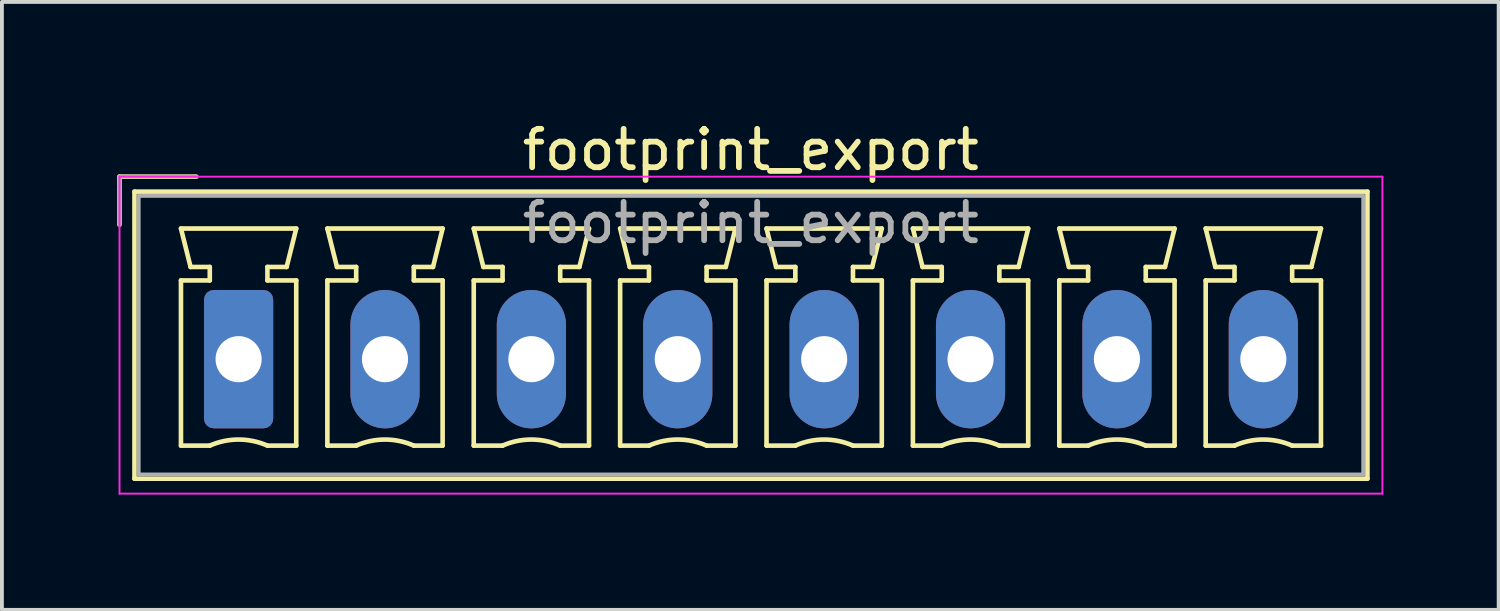
<source format=kicad_pcb>
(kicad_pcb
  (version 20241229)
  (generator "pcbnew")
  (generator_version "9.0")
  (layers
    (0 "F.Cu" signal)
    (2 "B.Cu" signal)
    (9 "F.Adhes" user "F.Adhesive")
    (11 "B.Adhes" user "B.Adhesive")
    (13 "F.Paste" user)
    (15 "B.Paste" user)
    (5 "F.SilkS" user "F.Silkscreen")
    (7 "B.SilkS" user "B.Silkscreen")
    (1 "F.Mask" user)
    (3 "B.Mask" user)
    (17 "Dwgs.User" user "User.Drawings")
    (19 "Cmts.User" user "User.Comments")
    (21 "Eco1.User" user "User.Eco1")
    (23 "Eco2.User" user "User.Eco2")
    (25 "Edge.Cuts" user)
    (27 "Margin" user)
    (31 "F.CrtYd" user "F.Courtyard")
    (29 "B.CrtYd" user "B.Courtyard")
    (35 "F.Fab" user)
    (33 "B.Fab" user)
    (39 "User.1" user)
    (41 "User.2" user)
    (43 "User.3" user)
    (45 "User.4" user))
  (footprint "footprint_export"
    (layer "F.Cu")
    (at 3.16 6.298)
    (property "Reference" "footprint_export" (at 13.33 -5.45 0) (layer "F.SilkS") (effects (font (size 1 1) (thickness 0.15))))
    (attr through_hole)
    (fp_line (start -3.1 -4.75) (end -1.1 -4.75) (stroke (width 0.12) (type solid)) (layer "F.SilkS"))
    (fp_line (start -3.1 -3.5) (end -3.1 -4.75) (stroke (width 0.12) (type solid)) (layer "F.SilkS"))
    (fp_line (start -2.71 -4.36) (end -2.71 3.11) (stroke (width 0.12) (type solid)) (layer "F.SilkS"))
    (fp_line (start -2.71 3.11) (end 29.38 3.11) (stroke (width 0.12) (type solid)) (layer "F.SilkS"))
    (fp_line (start -1.5 -3.4) (end 1.5 -3.4) (stroke (width 0.12) (type solid)) (layer "F.SilkS"))
    (fp_line (start -1.5 -2.05) (end -0.75 -2.05) (stroke (width 0.12) (type solid)) (layer "F.SilkS"))
    (fp_line (start -1.5 2.25) (end -1.5 -2.05) (stroke (width 0.12) (type solid)) (layer "F.SilkS"))
    (fp_line (start -1.25 -2.4) (end -1.5 -3.4) (stroke (width 0.12) (type solid)) (layer "F.SilkS"))
    (fp_line (start -0.75 -2.4) (end -1.25 -2.4) (stroke (width 0.12) (type solid)) (layer "F.SilkS"))
    (fp_line (start -0.75 -2.05) (end -0.75 -2.4) (stroke (width 0.12) (type solid)) (layer "F.SilkS"))
    (fp_line (start -0.75 2.25) (end -1.5 2.25) (stroke (width 0.12) (type solid)) (layer "F.SilkS"))
    (fp_line (start 0.75 -2.4) (end 0.75 -2.05) (stroke (width 0.12) (type solid)) (layer "F.SilkS"))
    (fp_line (start 0.75 -2.05) (end 1.5 -2.05) (stroke (width 0.12) (type solid)) (layer "F.SilkS"))
    (fp_line (start 1.25 -2.4) (end 0.75 -2.4) (stroke (width 0.12) (type solid)) (layer "F.SilkS"))
    (fp_line (start 1.5 -3.4) (end 1.25 -2.4) (stroke (width 0.12) (type solid)) (layer "F.SilkS"))
    (fp_line (start 1.5 -2.05) (end 1.5 2.25) (stroke (width 0.12) (type solid)) (layer "F.SilkS"))
    (fp_line (start 1.5 2.25) (end 0.75 2.25) (stroke (width 0.12) (type solid)) (layer "F.SilkS"))
    (fp_line (start 2.31 -3.4) (end 5.31 -3.4) (stroke (width 0.12) (type solid)) (layer "F.SilkS"))
    (fp_line (start 2.31 -2.05) (end 3.06 -2.05) (stroke (width 0.12) (type solid)) (layer "F.SilkS"))
    (fp_line (start 2.31 2.25) (end 2.31 -2.05) (stroke (width 0.12) (type solid)) (layer "F.SilkS"))
    (fp_line (start 2.56 -2.4) (end 2.31 -3.4) (stroke (width 0.12) (type solid)) (layer "F.SilkS"))
    (fp_line (start 3.06 -2.4) (end 2.56 -2.4) (stroke (width 0.12) (type solid)) (layer "F.SilkS"))
    (fp_line (start 3.06 -2.05) (end 3.06 -2.4) (stroke (width 0.12) (type solid)) (layer "F.SilkS"))
    (fp_line (start 3.06 2.25) (end 2.31 2.25) (stroke (width 0.12) (type solid)) (layer "F.SilkS"))
    (fp_line (start 4.56 -2.4) (end 4.56 -2.05) (stroke (width 0.12) (type solid)) (layer "F.SilkS"))
    (fp_line (start 4.56 -2.05) (end 5.31 -2.05) (stroke (width 0.12) (type solid)) (layer "F.SilkS"))
    (fp_line (start 5.06 -2.4) (end 4.56 -2.4) (stroke (width 0.12) (type solid)) (layer "F.SilkS"))
    (fp_line (start 5.31 -3.4) (end 5.06 -2.4) (stroke (width 0.12) (type solid)) (layer "F.SilkS"))
    (fp_line (start 5.31 -2.05) (end 5.31 2.25) (stroke (width 0.12) (type solid)) (layer "F.SilkS"))
    (fp_line (start 5.31 2.25) (end 4.56 2.25) (stroke (width 0.12) (type solid)) (layer "F.SilkS"))
    (fp_line (start 6.12 -3.4) (end 9.12 -3.4) (stroke (width 0.12) (type solid)) (layer "F.SilkS"))
    (fp_line (start 6.12 -2.05) (end 6.87 -2.05) (stroke (width 0.12) (type solid)) (layer "F.SilkS"))
    (fp_line (start 6.12 2.25) (end 6.12 -2.05) (stroke (width 0.12) (type solid)) (layer "F.SilkS"))
    (fp_line (start 6.37 -2.4) (end 6.12 -3.4) (stroke (width 0.12) (type solid)) (layer "F.SilkS"))
    (fp_line (start 6.87 -2.4) (end 6.37 -2.4) (stroke (width 0.12) (type solid)) (layer "F.SilkS"))
    (fp_line (start 6.87 -2.05) (end 6.87 -2.4) (stroke (width 0.12) (type solid)) (layer "F.SilkS"))
    (fp_line (start 6.87 2.25) (end 6.12 2.25) (stroke (width 0.12) (type solid)) (layer "F.SilkS"))
    (fp_line (start 8.37 -2.4) (end 8.37 -2.05) (stroke (width 0.12) (type solid)) (layer "F.SilkS"))
    (fp_line (start 8.37 -2.05) (end 9.12 -2.05) (stroke (width 0.12) (type solid)) (layer "F.SilkS"))
    (fp_line (start 8.87 -2.4) (end 8.37 -2.4) (stroke (width 0.12) (type solid)) (layer "F.SilkS"))
    (fp_line (start 9.12 -3.4) (end 8.87 -2.4) (stroke (width 0.12) (type solid)) (layer "F.SilkS"))
    (fp_line (start 9.12 -2.05) (end 9.12 2.25) (stroke (width 0.12) (type solid)) (layer "F.SilkS"))
    (fp_line (start 9.12 2.25) (end 8.37 2.25) (stroke (width 0.12) (type solid)) (layer "F.SilkS"))
    (fp_line (start 9.93 -3.4) (end 12.93 -3.4) (stroke (width 0.12) (type solid)) (layer "F.SilkS"))
    (fp_line (start 9.93 -2.05) (end 10.68 -2.05) (stroke (width 0.12) (type solid)) (layer "F.SilkS"))
    (fp_line (start 9.93 2.25) (end 9.93 -2.05) (stroke (width 0.12) (type solid)) (layer "F.SilkS"))
    (fp_line (start 10.18 -2.4) (end 9.93 -3.4) (stroke (width 0.12) (type solid)) (layer "F.SilkS"))
    (fp_line (start 10.68 -2.4) (end 10.18 -2.4) (stroke (width 0.12) (type solid)) (layer "F.SilkS"))
    (fp_line (start 10.68 -2.05) (end 10.68 -2.4) (stroke (width 0.12) (type solid)) (layer "F.SilkS"))
    (fp_line (start 10.68 2.25) (end 9.93 2.25) (stroke (width 0.12) (type solid)) (layer "F.SilkS"))
    (fp_line (start 12.18 -2.4) (end 12.18 -2.05) (stroke (width 0.12) (type solid)) (layer "F.SilkS"))
    (fp_line (start 12.18 -2.05) (end 12.93 -2.05) (stroke (width 0.12) (type solid)) (layer "F.SilkS"))
    (fp_line (start 12.68 -2.4) (end 12.18 -2.4) (stroke (width 0.12) (type solid)) (layer "F.SilkS"))
    (fp_line (start 12.93 -3.4) (end 12.68 -2.4) (stroke (width 0.12) (type solid)) (layer "F.SilkS"))
    (fp_line (start 12.93 -2.05) (end 12.93 2.25) (stroke (width 0.12) (type solid)) (layer "F.SilkS"))
    (fp_line (start 12.93 2.25) (end 12.18 2.25) (stroke (width 0.12) (type solid)) (layer "F.SilkS"))
    (fp_line (start 13.74 -3.4) (end 16.74 -3.4) (stroke (width 0.12) (type solid)) (layer "F.SilkS"))
    (fp_line (start 13.74 -2.05) (end 14.49 -2.05) (stroke (width 0.12) (type solid)) (layer "F.SilkS"))
    (fp_line (start 13.74 2.25) (end 13.74 -2.05) (stroke (width 0.12) (type solid)) (layer "F.SilkS"))
    (fp_line (start 13.99 -2.4) (end 13.74 -3.4) (stroke (width 0.12) (type solid)) (layer "F.SilkS"))
    (fp_line (start 14.49 -2.4) (end 13.99 -2.4) (stroke (width 0.12) (type solid)) (layer "F.SilkS"))
    (fp_line (start 14.49 -2.05) (end 14.49 -2.4) (stroke (width 0.12) (type solid)) (layer "F.SilkS"))
    (fp_line (start 14.49 2.25) (end 13.74 2.25) (stroke (width 0.12) (type solid)) (layer "F.SilkS"))
    (fp_line (start 15.99 -2.4) (end 15.99 -2.05) (stroke (width 0.12) (type solid)) (layer "F.SilkS"))
    (fp_line (start 15.99 -2.05) (end 16.74 -2.05) (stroke (width 0.12) (type solid)) (layer "F.SilkS"))
    (fp_line (start 16.49 -2.4) (end 15.99 -2.4) (stroke (width 0.12) (type solid)) (layer "F.SilkS"))
    (fp_line (start 16.74 -3.4) (end 16.49 -2.4) (stroke (width 0.12) (type solid)) (layer "F.SilkS"))
    (fp_line (start 16.74 -2.05) (end 16.74 2.25) (stroke (width 0.12) (type solid)) (layer "F.SilkS"))
    (fp_line (start 16.74 2.25) (end 15.99 2.25) (stroke (width 0.12) (type solid)) (layer "F.SilkS"))
    (fp_line (start 17.55 -3.4) (end 20.55 -3.4) (stroke (width 0.12) (type solid)) (layer "F.SilkS"))
    (fp_line (start 17.55 -2.05) (end 18.3 -2.05) (stroke (width 0.12) (type solid)) (layer "F.SilkS"))
    (fp_line (start 17.55 2.25) (end 17.55 -2.05) (stroke (width 0.12) (type solid)) (layer "F.SilkS"))
    (fp_line (start 17.8 -2.4) (end 17.55 -3.4) (stroke (width 0.12) (type solid)) (layer "F.SilkS"))
    (fp_line (start 18.3 -2.4) (end 17.8 -2.4) (stroke (width 0.12) (type solid)) (layer "F.SilkS"))
    (fp_line (start 18.3 -2.05) (end 18.3 -2.4) (stroke (width 0.12) (type solid)) (layer "F.SilkS"))
    (fp_line (start 18.3 2.25) (end 17.55 2.25) (stroke (width 0.12) (type solid)) (layer "F.SilkS"))
    (fp_line (start 19.8 -2.4) (end 19.8 -2.05) (stroke (width 0.12) (type solid)) (layer "F.SilkS"))
    (fp_line (start 19.8 -2.05) (end 20.55 -2.05) (stroke (width 0.12) (type solid)) (layer "F.SilkS"))
    (fp_line (start 20.3 -2.4) (end 19.8 -2.4) (stroke (width 0.12) (type solid)) (layer "F.SilkS"))
    (fp_line (start 20.55 -3.4) (end 20.3 -2.4) (stroke (width 0.12) (type solid)) (layer "F.SilkS"))
    (fp_line (start 20.55 -2.05) (end 20.55 2.25) (stroke (width 0.12) (type solid)) (layer "F.SilkS"))
    (fp_line (start 20.55 2.25) (end 19.8 2.25) (stroke (width 0.12) (type solid)) (layer "F.SilkS"))
    (fp_line (start 21.36 -3.4) (end 24.36 -3.4) (stroke (width 0.12) (type solid)) (layer "F.SilkS"))
    (fp_line (start 21.36 -2.05) (end 22.11 -2.05) (stroke (width 0.12) (type solid)) (layer "F.SilkS"))
    (fp_line (start 21.36 2.25) (end 21.36 -2.05) (stroke (width 0.12) (type solid)) (layer "F.SilkS"))
    (fp_line (start 21.61 -2.4) (end 21.36 -3.4) (stroke (width 0.12) (type solid)) (layer "F.SilkS"))
    (fp_line (start 22.11 -2.4) (end 21.61 -2.4) (stroke (width 0.12) (type solid)) (layer "F.SilkS"))
    (fp_line (start 22.11 -2.05) (end 22.11 -2.4) (stroke (width 0.12) (type solid)) (layer "F.SilkS"))
    (fp_line (start 22.11 2.25) (end 21.36 2.25) (stroke (width 0.12) (type solid)) (layer "F.SilkS"))
    (fp_line (start 23.61 -2.4) (end 23.61 -2.05) (stroke (width 0.12) (type solid)) (layer "F.SilkS"))
    (fp_line (start 23.61 -2.05) (end 24.36 -2.05) (stroke (width 0.12) (type solid)) (layer "F.SilkS"))
    (fp_line (start 24.11 -2.4) (end 23.61 -2.4) (stroke (width 0.12) (type solid)) (layer "F.SilkS"))
    (fp_line (start 24.36 -3.4) (end 24.11 -2.4) (stroke (width 0.12) (type solid)) (layer "F.SilkS"))
    (fp_line (start 24.36 -2.05) (end 24.36 2.25) (stroke (width 0.12) (type solid)) (layer "F.SilkS"))
    (fp_line (start 24.36 2.25) (end 23.61 2.25) (stroke (width 0.12) (type solid)) (layer "F.SilkS"))
    (fp_line (start 25.17 -3.4) (end 28.17 -3.4) (stroke (width 0.12) (type solid)) (layer "F.SilkS"))
    (fp_line (start 25.17 -2.05) (end 25.92 -2.05) (stroke (width 0.12) (type solid)) (layer "F.SilkS"))
    (fp_line (start 25.17 2.25) (end 25.17 -2.05) (stroke (width 0.12) (type solid)) (layer "F.SilkS"))
    (fp_line (start 25.42 -2.4) (end 25.17 -3.4) (stroke (width 0.12) (type solid)) (layer "F.SilkS"))
    (fp_line (start 25.92 -2.4) (end 25.42 -2.4) (stroke (width 0.12) (type solid)) (layer "F.SilkS"))
    (fp_line (start 25.92 -2.05) (end 25.92 -2.4) (stroke (width 0.12) (type solid)) (layer "F.SilkS"))
    (fp_line (start 25.92 2.25) (end 25.17 2.25) (stroke (width 0.12) (type solid)) (layer "F.SilkS"))
    (fp_line (start 27.42 -2.4) (end 27.42 -2.05) (stroke (width 0.12) (type solid)) (layer "F.SilkS"))
    (fp_line (start 27.42 -2.05) (end 28.17 -2.05) (stroke (width 0.12) (type solid)) (layer "F.SilkS"))
    (fp_line (start 27.92 -2.4) (end 27.42 -2.4) (stroke (width 0.12) (type solid)) (layer "F.SilkS"))
    (fp_line (start 28.17 -3.4) (end 27.92 -2.4) (stroke (width 0.12) (type solid)) (layer "F.SilkS"))
    (fp_line (start 28.17 -2.05) (end 28.17 2.25) (stroke (width 0.12) (type solid)) (layer "F.SilkS"))
    (fp_line (start 28.17 2.25) (end 27.42 2.25) (stroke (width 0.12) (type solid)) (layer "F.SilkS"))
    (fp_line (start 29.38 -4.36) (end -2.71 -4.36) (stroke (width 0.12) (type solid)) (layer "F.SilkS"))
    (fp_line (start 29.38 3.11) (end 29.38 -4.36) (stroke (width 0.12) (type solid)) (layer "F.SilkS"))
    (fp_arc (start -0.75 2.25) (mid -0.000193 2.09191) (end 0.749647 2.249844) (stroke (width 0.12) (type solid)) (layer "F.SilkS"))
    (fp_arc (start 3.06 2.25) (mid 3.809807 2.09191) (end 4.559647 2.249844) (stroke (width 0.12) (type solid)) (layer "F.SilkS"))
    (fp_arc (start 6.87 2.25) (mid 7.619807 2.09191) (end 8.369647 2.249844) (stroke (width 0.12) (type solid)) (layer "F.SilkS"))
    (fp_arc (start 10.68 2.25) (mid 11.429807 2.09191) (end 12.179647 2.249844) (stroke (width 0.12) (type solid)) (layer "F.SilkS"))
    (fp_arc (start 14.49 2.25) (mid 15.239807 2.09191) (end 15.989647 2.249844) (stroke (width 0.12) (type solid)) (layer "F.SilkS"))
    (fp_arc (start 18.3 2.25) (mid 19.049807 2.09191) (end 19.799647 2.249844) (stroke (width 0.12) (type solid)) (layer "F.SilkS"))
    (fp_arc (start 22.11 2.25) (mid 22.859807 2.09191) (end 23.609647 2.249844) (stroke (width 0.12) (type solid)) (layer "F.SilkS"))
    (fp_arc (start 25.92 2.25) (mid 26.669807 2.09191) (end 27.419647 2.249844) (stroke (width 0.12) (type solid)) (layer "F.SilkS"))
    (fp_line (start -3.1 -4.75) (end -3.1 3.5) (stroke (width 0.05) (type solid)) (layer "F.CrtYd"))
    (fp_line (start -3.1 3.5) (end 29.77 3.5) (stroke (width 0.05) (type solid)) (layer "F.CrtYd"))
    (fp_line (start 29.77 -4.75) (end -3.1 -4.75) (stroke (width 0.05) (type solid)) (layer "F.CrtYd"))
    (fp_line (start 29.77 3.5) (end 29.77 -4.75) (stroke (width 0.05) (type solid)) (layer "F.CrtYd"))
    (fp_line (start -3.1 -4.75) (end -1.1 -4.75) (stroke (width 0.1) (type solid)) (layer "F.Fab"))
    (fp_line (start -3.1 -3.5) (end -3.1 -4.75) (stroke (width 0.1) (type solid)) (layer "F.Fab"))
    (fp_line (start -2.6 -4.25) (end -2.6 3) (stroke (width 0.1) (type solid)) (layer "F.Fab"))
    (fp_line (start -2.6 3) (end 29.27 3) (stroke (width 0.1) (type solid)) (layer "F.Fab"))
    (fp_line (start 29.27 -4.25) (end -2.6 -4.25) (stroke (width 0.1) (type solid)) (layer "F.Fab"))
    (fp_line (start 29.27 3) (end 29.27 -4.25) (stroke (width 0.1) (type solid)) (layer "F.Fab"))
    (fp_text user "${REFERENCE}" (at 13.33 -3.55 0) (layer "F.Fab") (effects (font (size 1 1) (thickness 0.15))))
    (pad "1" thru_hole roundrect (at 0 0) (size 1.8 3.6) (drill 1.2) (layers "*.Cu" "*.Mask") (roundrect_rratio 0.139))
    (pad "2" thru_hole oval (at 3.81 0) (size 1.8 3.6) (drill 1.2) (layers "*.Cu" "*.Mask"))
    (pad "3" thru_hole oval (at 7.62 0) (size 1.8 3.6) (drill 1.2) (layers "*.Cu" "*.Mask"))
    (pad "4" thru_hole oval (at 11.43 0) (size 1.8 3.6) (drill 1.2) (layers "*.Cu" "*.Mask"))
    (pad "5" thru_hole oval (at 15.24 0) (size 1.8 3.6) (drill 1.2) (layers "*.Cu" "*.Mask"))
    (pad "6" thru_hole oval (at 19.05 0) (size 1.8 3.6) (drill 1.2) (layers "*.Cu" "*.Mask"))
    (pad "7" thru_hole oval (at 22.86 0) (size 1.8 3.6) (drill 1.2) (layers "*.Cu" "*.Mask"))
    (pad "8" thru_hole oval (at 26.67 0) (size 1.8 3.6) (drill 1.2) (layers "*.Cu" "*.Mask")))
  (gr_rect
    (start -3 -3)
    (end 35.955 12.823)
    (stroke (width 0.1) (type default))
    (fill no)
    (layer "Edge.Cuts")))
</source>
